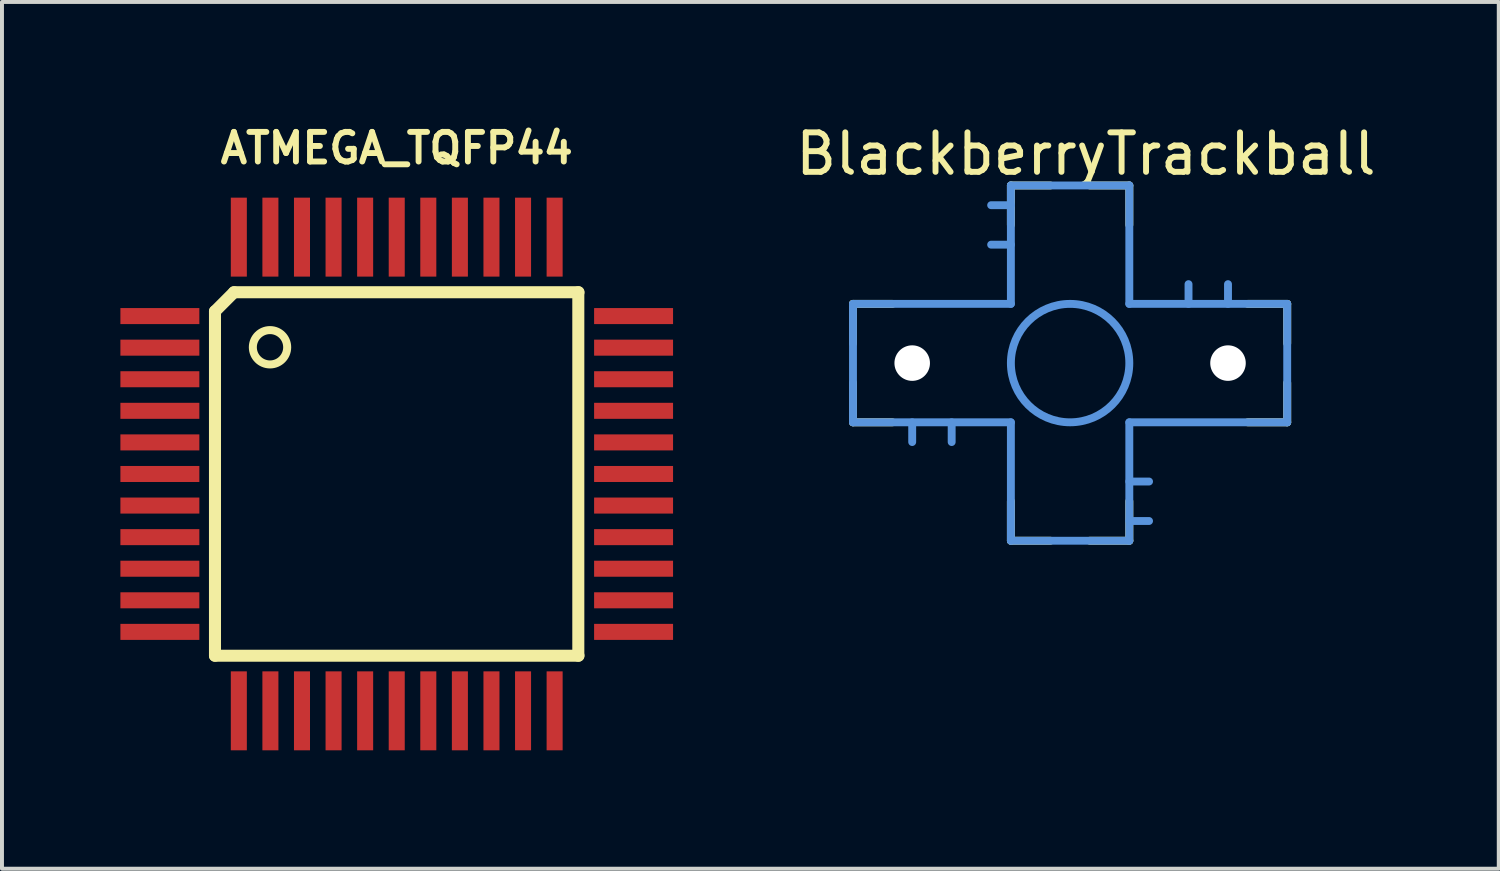
<source format=kicad_pcb>
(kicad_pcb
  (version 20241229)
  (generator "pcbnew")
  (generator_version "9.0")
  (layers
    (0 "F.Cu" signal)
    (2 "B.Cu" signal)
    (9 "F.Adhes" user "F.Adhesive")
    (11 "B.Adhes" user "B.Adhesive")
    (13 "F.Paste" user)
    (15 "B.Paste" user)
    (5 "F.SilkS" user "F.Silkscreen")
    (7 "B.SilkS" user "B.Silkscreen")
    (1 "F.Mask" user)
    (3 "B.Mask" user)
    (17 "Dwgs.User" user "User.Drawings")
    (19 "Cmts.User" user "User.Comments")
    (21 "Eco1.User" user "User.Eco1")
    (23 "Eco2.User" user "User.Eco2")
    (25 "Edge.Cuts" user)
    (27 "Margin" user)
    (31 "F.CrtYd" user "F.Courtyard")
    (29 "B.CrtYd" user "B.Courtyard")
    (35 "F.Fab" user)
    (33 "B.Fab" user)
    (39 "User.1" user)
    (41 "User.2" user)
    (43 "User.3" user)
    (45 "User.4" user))
  (footprint "ATMEGA_TQFP44"
    (layer "F.Cu")
    (at 7 8.957)
    (property "Reference" "ATMEGA_TQFP44" (at 0 -8.255 0) (layer "F.SilkS") (effects (font (size 0.75 0.75) (thickness 0.15))))
    (attr smd)
    (fp_line (start -4.604 -4.121) (end -4.604 4.604) (stroke (width 0.305) (type solid)) (layer "F.SilkS"))
    (fp_line (start -4.604 -4.121) (end -4.121 -4.604) (stroke (width 0.305) (type solid)) (layer "F.SilkS"))
    (fp_line (start -4.121 -4.604) (end 4.604 -4.604) (stroke (width 0.305) (type solid)) (layer "F.SilkS"))
    (fp_line (start 4.6 -4.604) (end 4.6 4.604) (stroke (width 0.305) (type solid)) (layer "F.SilkS"))
    (fp_line (start 4.604 4.604) (end -4.604 4.604) (stroke (width 0.305) (type solid)) (layer "F.SilkS"))
    (fp_circle (center -3.21 -3.21) (end -3.21 -2.775) (stroke (width 0.203) (type solid)) (fill no) (layer "F.SilkS"))
    (pad "1" smd rect (at -6 -4) (size 2 0.406) (layers "F.Cu" "F.Mask" "F.Paste"))
    (pad "2" smd rect (at -6 -3.2) (size 2 0.406) (layers "F.Cu" "F.Mask" "F.Paste"))
    (pad "3" smd rect (at -6 -2.4) (size 2 0.406) (layers "F.Cu" "F.Mask" "F.Paste"))
    (pad "4" smd rect (at -6 -1.6) (size 2 0.406) (layers "F.Cu" "F.Mask" "F.Paste"))
    (pad "5" smd rect (at -6 -0.8) (size 2 0.406) (layers "F.Cu" "F.Mask" "F.Paste"))
    (pad "6" smd rect (at -6 0) (size 2 0.406) (layers "F.Cu" "F.Mask" "F.Paste"))
    (pad "7" smd rect (at -6 0.8) (size 2 0.406) (layers "F.Cu" "F.Mask" "F.Paste"))
    (pad "8" smd rect (at -6 1.6) (size 2 0.406) (layers "F.Cu" "F.Mask" "F.Paste"))
    (pad "9" smd rect (at -6 2.4) (size 2 0.406) (layers "F.Cu" "F.Mask" "F.Paste"))
    (pad "10" smd rect (at -6 3.2) (size 2 0.406) (layers "F.Cu" "F.Mask" "F.Paste"))
    (pad "11" smd rect (at -6 4) (size 2 0.406) (layers "F.Cu" "F.Mask" "F.Paste"))
    (pad "12" smd rect (at -4 6) (size 0.406 2) (layers "F.Cu" "F.Mask" "F.Paste"))
    (pad "13" smd rect (at -3.2 6) (size 0.406 2) (layers "F.Cu" "F.Mask" "F.Paste"))
    (pad "14" smd rect (at -2.4 6) (size 0.406 2) (layers "F.Cu" "F.Mask" "F.Paste"))
    (pad "15" smd rect (at -1.6 6) (size 0.406 2) (layers "F.Cu" "F.Mask" "F.Paste"))
    (pad "16" smd rect (at -0.8 6) (size 0.406 2) (layers "F.Cu" "F.Mask" "F.Paste"))
    (pad "17" smd rect (at 0 6) (size 0.406 2) (layers "F.Cu" "F.Mask" "F.Paste"))
    (pad "18" smd rect (at 0.8 6) (size 0.406 2) (layers "F.Cu" "F.Mask" "F.Paste"))
    (pad "19" smd rect (at 1.6 6) (size 0.406 2) (layers "F.Cu" "F.Mask" "F.Paste"))
    (pad "20" smd rect (at 2.4 6) (size 0.406 2) (layers "F.Cu" "F.Mask" "F.Paste"))
    (pad "21" smd rect (at 3.2 6) (size 0.406 2) (layers "F.Cu" "F.Mask" "F.Paste"))
    (pad "22" smd rect (at 4 6) (size 0.406 2) (layers "F.Cu" "F.Mask" "F.Paste"))
    (pad "23" smd rect (at 6 4) (size 2 0.406) (layers "F.Cu" "F.Mask" "F.Paste"))
    (pad "24" smd rect (at 6 3.2) (size 2 0.406) (layers "F.Cu" "F.Mask" "F.Paste"))
    (pad "25" smd rect (at 6 2.4) (size 2 0.406) (layers "F.Cu" "F.Mask" "F.Paste"))
    (pad "26" smd rect (at 6 1.6) (size 2 0.406) (layers "F.Cu" "F.Mask" "F.Paste"))
    (pad "27" smd rect (at 6 0.8) (size 2 0.406) (layers "F.Cu" "F.Mask" "F.Paste"))
    (pad "28" smd rect (at 6 0) (size 2 0.406) (layers "F.Cu" "F.Mask" "F.Paste"))
    (pad "29" smd rect (at 6 -0.8) (size 2 0.406) (layers "F.Cu" "F.Mask" "F.Paste"))
    (pad "30" smd rect (at 6 -1.6) (size 2 0.406) (layers "F.Cu" "F.Mask" "F.Paste"))
    (pad "31" smd rect (at 6 -2.4) (size 2 0.406) (layers "F.Cu" "F.Mask" "F.Paste"))
    (pad "32" smd rect (at 6 -3.2) (size 2 0.406) (layers "F.Cu" "F.Mask" "F.Paste"))
    (pad "33" smd rect (at 6 -4) (size 2 0.406) (layers "F.Cu" "F.Mask" "F.Paste"))
    (pad "34" smd rect (at 4 -6) (size 0.406 2) (layers "F.Cu" "F.Mask" "F.Paste"))
    (pad "35" smd rect (at 3.2 -6) (size 0.406 2) (layers "F.Cu" "F.Mask" "F.Paste"))
    (pad "36" smd rect (at 2.4 -6) (size 0.406 2) (layers "F.Cu" "F.Mask" "F.Paste"))
    (pad "37" smd rect (at 1.6 -6) (size 0.406 2) (layers "F.Cu" "F.Mask" "F.Paste"))
    (pad "38" smd rect (at 0.8 -6) (size 0.406 2) (layers "F.Cu" "F.Mask" "F.Paste"))
    (pad "39" smd rect (at 0 -6) (size 0.406 2) (layers "F.Cu" "F.Mask" "F.Paste"))
    (pad "40" smd rect (at -0.8 -6) (size 0.406 2) (layers "F.Cu" "F.Mask" "F.Paste"))
    (pad "41" smd rect (at -1.6 -6) (size 0.406 2) (layers "F.Cu" "F.Mask" "F.Paste"))
    (pad "42" smd rect (at -2.4 -6) (size 0.406 2) (layers "F.Cu" "F.Mask" "F.Paste"))
    (pad "43" smd rect (at -3.2 -6) (size 0.406 2) (layers "F.Cu" "F.Mask" "F.Paste"))
    (pad "44" smd rect (at -4 -6) (size 0.406 2) (layers "F.Cu" "F.Mask" "F.Paste")))
  (footprint "BlackberryTrackball"
    (layer "F.Cu")
    (at 24.058 6.148)
    (property "Reference" "BlackberryTrackball" (at 0.4 -5.3 0) (layer "F.SilkS") (effects (font (size 1 1) (thickness 0.15))))
    (attr through_hole)
    (fp_line (start -5.5 -1.5) (end -4.5 -1.5) (stroke (width 0.2) (type solid)) (layer "F.SilkS"))
    (fp_line (start -5.5 -0.5) (end -5.5 -1.5) (stroke (width 0.2) (type solid)) (layer "F.SilkS"))
    (fp_line (start -5.5 1.5) (end -5.5 0.5) (stroke (width 0.2) (type solid)) (layer "F.SilkS"))
    (fp_line (start -4.5 1.5) (end -5.5 1.5) (stroke (width 0.2) (type solid)) (layer "F.SilkS"))
    (fp_line (start -1.5 -4.5) (end -0.5 -4.5) (stroke (width 0.2) (type solid)) (layer "F.SilkS"))
    (fp_line (start -1.5 -3.5) (end -1.5 -4.5) (stroke (width 0.2) (type solid)) (layer "F.SilkS"))
    (fp_line (start -1.5 4.5) (end -1.5 3.5) (stroke (width 0.2) (type solid)) (layer "F.SilkS"))
    (fp_line (start -0.5 4.5) (end -1.5 4.5) (stroke (width 0.2) (type solid)) (layer "F.SilkS"))
    (fp_line (start 0.5 -4.5) (end 1.5 -4.5) (stroke (width 0.2) (type solid)) (layer "F.SilkS"))
    (fp_line (start 1.5 -4.5) (end 1.5 -3.5) (stroke (width 0.2) (type solid)) (layer "F.SilkS"))
    (fp_line (start 1.5 3.5) (end 1.5 4.5) (stroke (width 0.2) (type solid)) (layer "F.SilkS"))
    (fp_line (start 1.5 4.5) (end 0.5 4.5) (stroke (width 0.2) (type solid)) (layer "F.SilkS"))
    (fp_line (start 4.5 -1.5) (end 5.5 -1.5) (stroke (width 0.2) (type solid)) (layer "F.SilkS"))
    (fp_line (start 5.5 -1.5) (end 5.5 -0.5) (stroke (width 0.2) (type solid)) (layer "F.SilkS"))
    (fp_line (start 5.5 0.5) (end 5.5 1.5) (stroke (width 0.2) (type solid)) (layer "F.SilkS"))
    (fp_line (start 5.5 1.5) (end 4.5 1.5) (stroke (width 0.2) (type solid)) (layer "F.SilkS"))
    (fp_line (start -5.5 -1.5) (end -5.5 1.5) (stroke (width 0.2) (type solid)) (layer "Cmts.User"))
    (fp_line (start -5.5 1.5) (end -1.5 1.5) (stroke (width 0.2) (type solid)) (layer "Cmts.User"))
    (fp_line (start -4 1.5) (end -4 2) (stroke (width 0.2) (type solid)) (layer "Cmts.User"))
    (fp_line (start -3 1.5) (end -3 2) (stroke (width 0.2) (type solid)) (layer "Cmts.User"))
    (fp_line (start -1.5 -4.5) (end -1.5 -1.5) (stroke (width 0.2) (type solid)) (layer "Cmts.User"))
    (fp_line (start -1.5 -4) (end -2 -4) (stroke (width 0.2) (type solid)) (layer "Cmts.User"))
    (fp_line (start -1.5 -3) (end -2 -3) (stroke (width 0.2) (type solid)) (layer "Cmts.User"))
    (fp_line (start -1.5 -1.5) (end -5.5 -1.5) (stroke (width 0.2) (type solid)) (layer "Cmts.User"))
    (fp_line (start -1.5 1.5) (end -1.5 4.5) (stroke (width 0.2) (type solid)) (layer "Cmts.User"))
    (fp_line (start -1.5 4.5) (end 1.5 4.5) (stroke (width 0.2) (type solid)) (layer "Cmts.User"))
    (fp_line (start 1.5 -4.5) (end -1.5 -4.5) (stroke (width 0.2) (type solid)) (layer "Cmts.User"))
    (fp_line (start 1.5 -1.5) (end 1.5 -4.5) (stroke (width 0.2) (type solid)) (layer "Cmts.User"))
    (fp_line (start 1.5 1.5) (end 5.5 1.5) (stroke (width 0.2) (type solid)) (layer "Cmts.User"))
    (fp_line (start 1.5 3) (end 2 3) (stroke (width 0.2) (type solid)) (layer "Cmts.User"))
    (fp_line (start 1.5 4) (end 2 4) (stroke (width 0.2) (type solid)) (layer "Cmts.User"))
    (fp_line (start 1.5 4.5) (end 1.5 1.5) (stroke (width 0.2) (type solid)) (layer "Cmts.User"))
    (fp_line (start 3 -1.5) (end 3 -2) (stroke (width 0.2) (type solid)) (layer "Cmts.User"))
    (fp_line (start 4 -1.5) (end 4 -2) (stroke (width 0.2) (type solid)) (layer "Cmts.User"))
    (fp_line (start 5.5 -1.5) (end 1.5 -1.5) (stroke (width 0.2) (type solid)) (layer "Cmts.User"))
    (fp_line (start 5.5 1.5) (end 5.5 -1.5) (stroke (width 0.2) (type solid)) (layer "Cmts.User"))
    (fp_circle (center 0 0) (end 1.5 0) (stroke (width 0.2) (type solid)) (fill no) (layer "Cmts.User"))
    (pad "" np_thru_hole circle (at -4 0) (size 0.9 0.9) (drill 0.9) (layers "*.Cu" "*.Mask"))
    (pad "" np_thru_hole circle (at 4 0) (size 0.9 0.9) (drill 0.9) (layers "*.Cu" "*.Mask")))
  (gr_rect
    (start -3 -3)
    (end 34.917 18.957)
    (stroke (width 0.1) (type default))
    (fill no)
    (layer "Edge.Cuts")))
</source>
